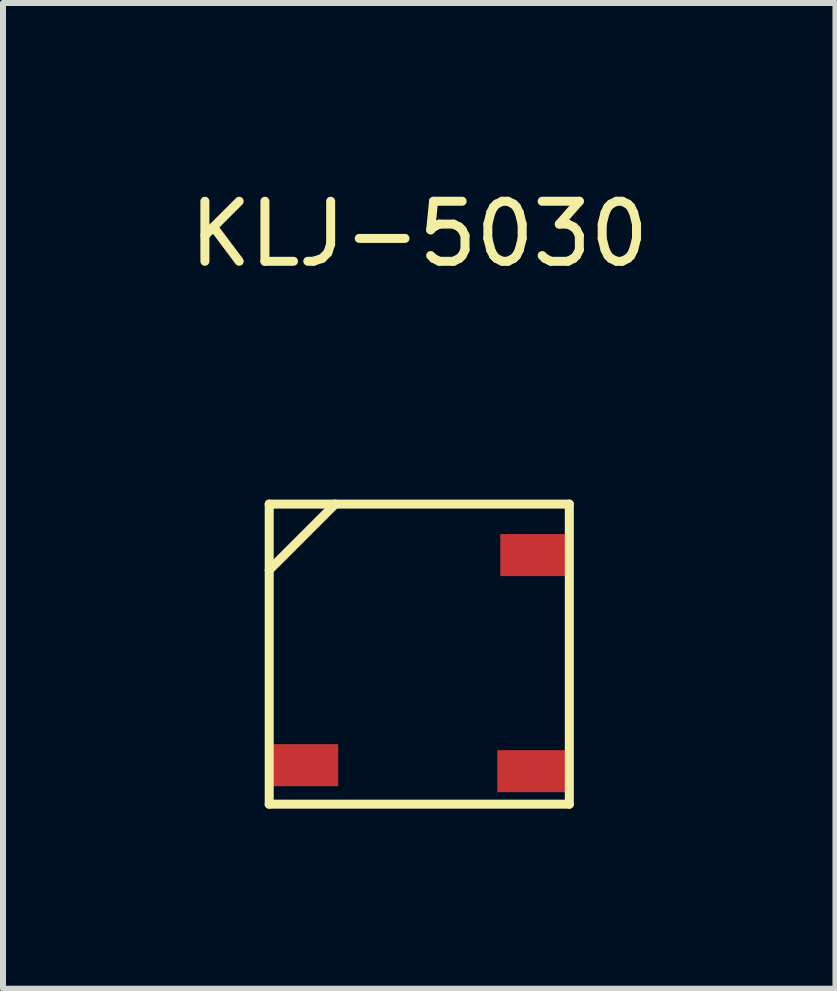
<source format=kicad_pcb>
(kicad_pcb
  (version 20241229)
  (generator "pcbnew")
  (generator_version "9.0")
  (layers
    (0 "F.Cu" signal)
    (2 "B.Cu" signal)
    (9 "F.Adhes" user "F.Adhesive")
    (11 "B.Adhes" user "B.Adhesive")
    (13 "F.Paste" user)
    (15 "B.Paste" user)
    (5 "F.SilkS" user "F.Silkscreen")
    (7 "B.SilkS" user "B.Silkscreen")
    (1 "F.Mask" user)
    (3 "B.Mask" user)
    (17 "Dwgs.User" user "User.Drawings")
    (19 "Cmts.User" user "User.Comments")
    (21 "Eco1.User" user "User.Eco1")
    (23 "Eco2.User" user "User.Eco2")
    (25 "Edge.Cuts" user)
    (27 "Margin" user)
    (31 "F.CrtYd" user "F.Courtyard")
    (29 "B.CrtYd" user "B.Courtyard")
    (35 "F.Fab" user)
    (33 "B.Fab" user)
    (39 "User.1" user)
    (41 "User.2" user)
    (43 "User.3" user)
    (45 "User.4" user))
  (footprint "KLJ-5030"
    (layer "F.Cu")
    (at 3.935 7.848)
    (property "Reference" "KLJ-5030" (at 0 -7 0) (layer "F.SilkS") (effects (font (size 1 1) (thickness 0.15))))
    (attr through_hole)
    (fp_line (start -2.5 -2.5) (end 2.5 -2.5) (stroke (width 0.15) (type solid)) (layer "F.SilkS"))
    (fp_line (start -2.5 -1.4) (end -1.4 -2.5) (stroke (width 0.15) (type solid)) (layer "F.SilkS"))
    (fp_line (start -2.5 2.5) (end -2.5 -2.5) (stroke (width 0.15) (type solid)) (layer "F.SilkS"))
    (fp_line (start 2.5 -2.5) (end 2.5 2.5) (stroke (width 0.15) (type solid)) (layer "F.SilkS"))
    (fp_line (start 2.5 2.5) (end -2.5 2.5) (stroke (width 0.15) (type solid)) (layer "F.SilkS"))
    (pad "" smd rect (at 1.95 -1.65) (size 1.2 0.7) (layers "F.Cu" "F.Mask" "F.Paste"))
    (pad "1" smd rect (at -1.95 1.85) (size 1.2 0.7) (layers "F.Cu" "F.Mask" "F.Paste"))
    (pad "2" smd rect (at 1.9 1.95) (size 1.2 0.7) (layers "F.Cu" "F.Mask" "F.Paste")))
  (gr_rect
    (start -3 -3)
    (end 10.869 13.423)
    (stroke (width 0.1) (type default))
    (fill no)
    (layer "Edge.Cuts")))
</source>
